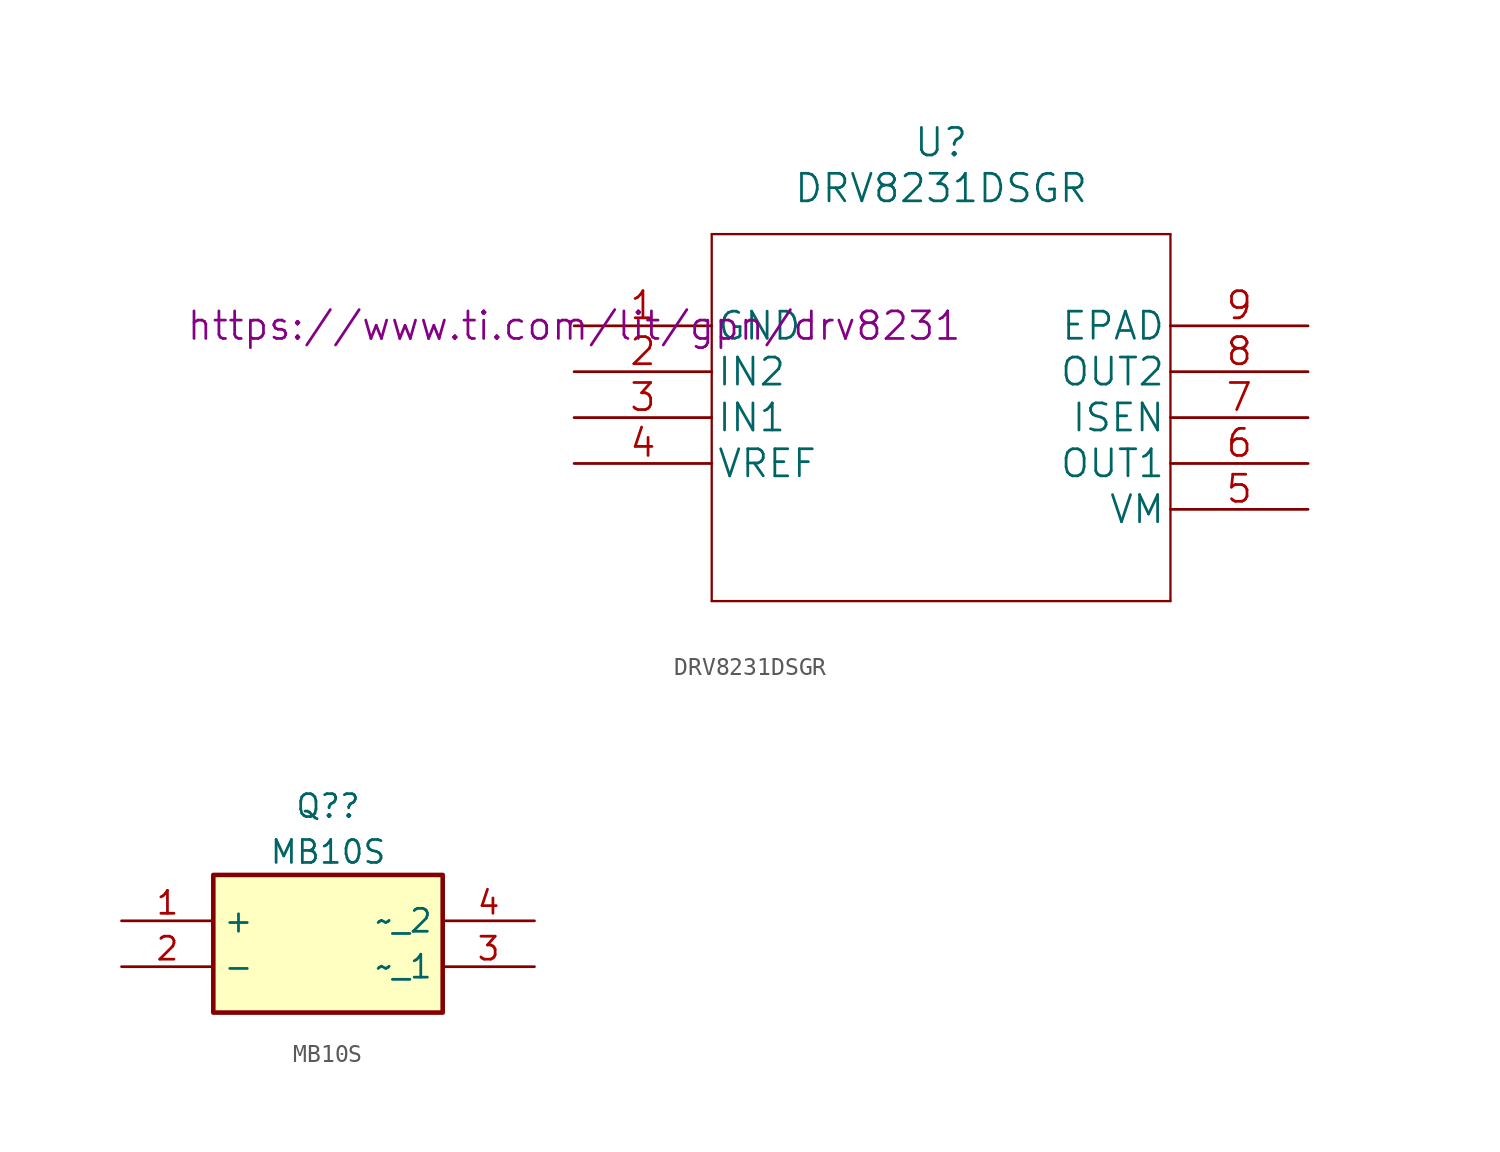
<source format=kicad_sym>
(kicad_symbol_lib
  (version 20211014)
  (generator kicad_symbol_editor)
  (symbol "DRV8231DSGR"
    (pin_names
      (offset 0.254))
    (property "Reference" "U"
      (at 20.32 10.16 0)
      (effects (font (size 1.524 1.524))))
    (property "Value" "DRV8231DSGR"
      (at 20.32 7.62 0)
      (effects (font (size 1.524 1.524))))
    (property "Datasheet" "https://www.ti.com/lit/gpn/drv8231"
      (at 0 0 0)
      (effects (font (size 1.524 1.524))))
    (symbol "DRV8231DSGR_1_1"
      (polyline (pts (xy 7.62 -15.24) (xy 33.02 -15.24)) (stroke (width 0.127) (type default) (color 0 0 0 0)) (fill (type none)))
      (polyline (pts (xy 7.62 5.08) (xy 7.62 -15.24)) (stroke (width 0.127) (type default) (color 0 0 0 0)) (fill (type none)))
      (polyline (pts (xy 33.02 -15.24) (xy 33.02 5.08)) (stroke (width 0.127) (type default) (color 0 0 0 0)) (fill (type none)))
      (polyline (pts (xy 33.02 5.08) (xy 7.62 5.08)) (stroke (width 0.127) (type default) (color 0 0 0 0)) (fill (type none)))
      (pin power_in line (at 0 0 0) (length 7.62) (name "GND" (effects (font (size 1.499 1.499)))) (number "1" (effects (font (size 1.499 1.499)))))
      (pin input line (at 0 -2.54 0) (length 7.62) (name "IN2" (effects (font (size 1.499 1.499)))) (number "2" (effects (font (size 1.499 1.499)))))
      (pin input line (at 0 -5.08 0) (length 7.62) (name "IN1" (effects (font (size 1.499 1.499)))) (number "3" (effects (font (size 1.499 1.499)))))
      (pin power_in line (at 0 -7.62 0) (length 7.62) (name "VREF" (effects (font (size 1.499 1.499)))) (number "4" (effects (font (size 1.499 1.499)))))
      (pin power_in line (at 40.64 -10.16 180) (length 7.62) (name "VM" (effects (font (size 1.499 1.499)))) (number "5" (effects (font (size 1.499 1.499)))))
      (pin output line (at 40.64 -7.62 180) (length 7.62) (name "OUT1" (effects (font (size 1.499 1.499)))) (number "6" (effects (font (size 1.499 1.499)))))
      (pin power_in line (at 40.64 -5.08 180) (length 7.62) (name "ISEN" (effects (font (size 1.499 1.499)))) (number "7" (effects (font (size 1.499 1.499)))))
      (pin output line (at 40.64 -2.54 180) (length 7.62) (name "OUT2" (effects (font (size 1.499 1.499)))) (number "8" (effects (font (size 1.499 1.499)))))
      (pin power_in line (at 40.64 0 180) (length 7.62) (name "EPAD" (effects (font (size 1.499 1.499)))) (number "9" (effects (font (size 1.499 1.499)))))))
  (symbol "MB10S"
    (property "Reference" "Q?"
      (at 11.43 6.35 0)
      (effects (font (size 1.27 1.27))))
    (property "Value" "MB10S"
      (at 11.43 3.81 0)
      (effects (font (size 1.27 1.27))))
    (symbol "MB10S_1_1"
      (rectangle (start 5.08 2.54) (end 17.78 -5.08) (stroke (width 0.254) (type default) (color 0 0 0 0)) (fill (type background)))
      (pin passive line (at 0 0 0) (length 5.08) (name "+" (effects (font (size 1.27 1.27)))) (number "1" (effects (font (size 1.27 1.27)))))
      (pin passive line (at 0 -2.54 0) (length 5.08) (name "-" (effects (font (size 1.27 1.27)))) (number "2" (effects (font (size 1.27 1.27)))))
      (pin passive line (at 22.86 -2.54 180) (length 5.08) (name "~_1" (effects (font (size 1.27 1.27)))) (number "3" (effects (font (size 1.27 1.27)))))
      (pin passive line (at 22.86 0 180) (length 5.08) (name "~_2" (effects (font (size 1.27 1.27)))) (number "4" (effects (font (size 1.27 1.27))))))))
</source>
